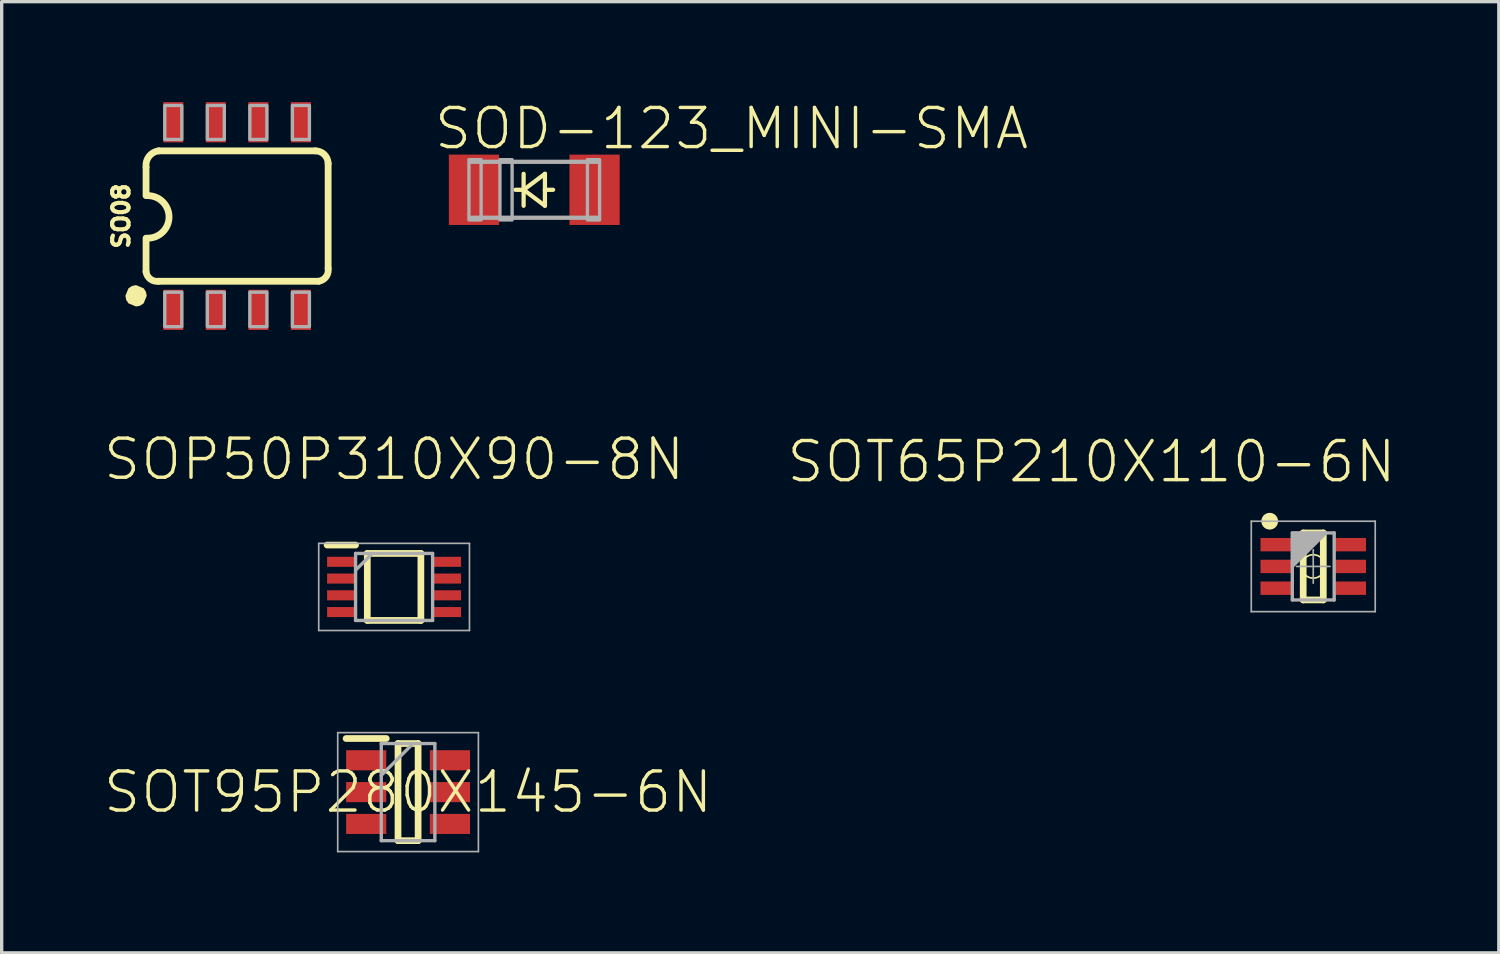
<source format=kicad_pcb>
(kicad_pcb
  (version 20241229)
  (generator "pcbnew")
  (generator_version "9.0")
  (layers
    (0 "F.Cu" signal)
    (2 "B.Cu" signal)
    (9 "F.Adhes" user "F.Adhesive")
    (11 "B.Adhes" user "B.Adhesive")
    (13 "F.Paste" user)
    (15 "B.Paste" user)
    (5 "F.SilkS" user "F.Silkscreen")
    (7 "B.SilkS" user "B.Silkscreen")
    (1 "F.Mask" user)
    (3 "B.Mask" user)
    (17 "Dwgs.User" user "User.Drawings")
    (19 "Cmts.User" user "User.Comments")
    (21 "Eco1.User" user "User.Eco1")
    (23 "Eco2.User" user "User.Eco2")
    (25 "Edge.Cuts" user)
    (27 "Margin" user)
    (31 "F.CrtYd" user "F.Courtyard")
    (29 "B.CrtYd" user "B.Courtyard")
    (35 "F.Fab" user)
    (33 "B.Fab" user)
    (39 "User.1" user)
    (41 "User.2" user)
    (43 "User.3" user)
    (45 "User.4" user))
  (footprint "SOT65P210X110-6N"
    (layer "F.Cu")
    (at 36.155 13.86)
    (property "Reference" "SOT65P210X110-6N" (at 2.54 -3.81 0) (layer "F.SilkS") (effects (font (size 1.168 1.168) (thickness 0.102)) (justify right top)))
    (fp_line (start -0.3 -1) (end -0.3 1) (stroke (width 0.2) (type solid)) (layer "F.SilkS"))
    (fp_line (start -0.3 1) (end 0.3 1) (stroke (width 0.2) (type solid)) (layer "F.SilkS"))
    (fp_line (start 0.3 -1) (end -0.3 -1) (stroke (width 0.2) (type solid)) (layer "F.SilkS"))
    (fp_line (start 0.3 1) (end 0.3 -1) (stroke (width 0.2) (type solid)) (layer "F.SilkS"))
    (fp_circle (center -1.3 -1.35) (end -1.175 -1.35) (stroke (width 0.25) (type solid)) (fill no) (layer "F.SilkS"))
    (fp_circle (center 0 0) (end 0.35 0) (stroke (width 0.05) (type solid)) (fill no) (layer "F.SilkS"))
    (fp_line (start -1.85 -1.35) (end -1.85 1.35) (stroke (width 0.05) (type solid)) (layer "F.Fab"))
    (fp_line (start -1.85 1.35) (end 1.85 1.35) (stroke (width 0.05) (type solid)) (layer "F.Fab"))
    (fp_line (start -0.7 -1.075) (end -0.7 1.075) (stroke (width 0.001) (type solid)) (layer "F.Fab"))
    (fp_line (start -0.7 1.075) (end 0.7 1.075) (stroke (width 0.001) (type solid)) (layer "F.Fab"))
    (fp_line (start -0.625 -1) (end -0.625 1) (stroke (width 0.1) (type solid)) (layer "F.Fab"))
    (fp_line (start -0.625 1) (end 0.625 1) (stroke (width 0.1) (type solid)) (layer "F.Fab"))
    (fp_line (start -0.525 -1) (end -0.625 -0.9) (stroke (width 0.1) (type solid)) (layer "F.Fab"))
    (fp_line (start -0.5 0) (end 0.5 0) (stroke (width 0.05) (type solid)) (layer "F.Fab"))
    (fp_line (start -0.425 -1) (end -0.625 -0.8) (stroke (width 0.1) (type solid)) (layer "F.Fab"))
    (fp_line (start -0.325 -1) (end -0.625 -0.7) (stroke (width 0.1) (type solid)) (layer "F.Fab"))
    (fp_line (start -0.225 -1) (end -0.625 -0.6) (stroke (width 0.1) (type solid)) (layer "F.Fab"))
    (fp_line (start -0.125 -1) (end -0.625 -0.5) (stroke (width 0.1) (type solid)) (layer "F.Fab"))
    (fp_line (start -0.025 -1) (end -0.625 -0.4) (stroke (width 0.1) (type solid)) (layer "F.Fab"))
    (fp_line (start 0 0.5) (end 0 -0.5) (stroke (width 0.05) (type solid)) (layer "F.Fab"))
    (fp_line (start 0.075 -1) (end -0.625 -0.3) (stroke (width 0.1) (type solid)) (layer "F.Fab"))
    (fp_line (start 0.175 -1) (end -0.625 -0.2) (stroke (width 0.1) (type solid)) (layer "F.Fab"))
    (fp_line (start 0.275 -1) (end -0.625 -0.1) (stroke (width 0.1) (type solid)) (layer "F.Fab"))
    (fp_line (start 0.375 -1) (end -0.625 0) (stroke (width 0.1) (type solid)) (layer "F.Fab"))
    (fp_line (start 0.625 -1) (end -0.625 -1) (stroke (width 0.1) (type solid)) (layer "F.Fab"))
    (fp_line (start 0.625 1) (end 0.625 -1) (stroke (width 0.1) (type solid)) (layer "F.Fab"))
    (fp_line (start 0.7 -1.075) (end -0.7 -1.075) (stroke (width 0.001) (type solid)) (layer "F.Fab"))
    (fp_line (start 0.7 1.075) (end 0.7 -1.075) (stroke (width 0.001) (type solid)) (layer "F.Fab"))
    (fp_line (start 1.85 -1.35) (end -1.85 -1.35) (stroke (width 0.05) (type solid)) (layer "F.Fab"))
    (fp_line (start 1.85 1.35) (end 1.85 -1.35) (stroke (width 0.05) (type solid)) (layer "F.Fab"))
    (pad "1" smd rect (at -1.1 -0.65) (size 0.95 0.4) (layers "F.Cu" "F.Mask" "F.Paste"))
    (pad "2" smd rect (at -1.1 0) (size 0.95 0.4) (layers "F.Cu" "F.Mask" "F.Paste"))
    (pad "3" smd rect (at -1.1 0.65) (size 0.95 0.4) (layers "F.Cu" "F.Mask" "F.Paste"))
    (pad "4" smd rect (at 1.1 0.65) (size 0.95 0.4) (layers "F.Cu" "F.Mask" "F.Paste"))
    (pad "5" smd rect (at 1.1 0) (size 0.95 0.4) (layers "F.Cu" "F.Mask" "F.Paste"))
    (pad "6" smd rect (at 1.1 -0.65) (size 0.95 0.4) (layers "F.Cu" "F.Mask" "F.Paste")))
  (footprint "SO08"
    (layer "F.Cu")
    (at 4.028 3.4)
    (property "Reference" "SO08" (at -3.175 0 90) (layer "F.SilkS") (effects (font (size 0.488 0.488) (thickness 0.122)) (justify bottom)))
    (fp_line (start -2.718 -1.453) (end -2.718 -0.61) (stroke (width 0.203) (type solid)) (layer "F.SilkS"))
    (fp_line (start -2.718 1.665) (end -2.718 0.66) (stroke (width 0.203) (type solid)) (layer "F.SilkS"))
    (fp_line (start -2.337 1.946) (end 2.437 1.946) (stroke (width 0.203) (type solid)) (layer "F.SilkS"))
    (fp_line (start 2.337 -1.946) (end -2.337 -1.946) (stroke (width 0.203) (type solid)) (layer "F.SilkS"))
    (fp_line (start 2.718 1.565) (end 2.718 -1.565) (stroke (width 0.203) (type solid)) (layer "F.SilkS"))
    (fp_arc (start -2.7178 -1.4653) (mid -2.626948 -1.784731) (end -2.3368 -1.9463) (stroke (width 0.2032) (type solid)) (layer "F.SilkS"))
    (fp_arc (start -2.667 -0.6096) (mid -2.032 0.0254) (end -2.667 0.6604) (stroke (width 0.2032) (type solid)) (layer "F.SilkS"))
    (fp_arc (start -2.336799 1.946301) (mid -2.58554 1.884767) (end -2.7178 1.6653) (stroke (width 0.2032) (type solid)) (layer "F.SilkS"))
    (fp_arc (start 2.3368 -1.9463) (mid 2.606237 -1.834736) (end 2.7178 -1.565298) (stroke (width 0.2032) (type solid)) (layer "F.SilkS"))
    (fp_arc (start 2.7178 1.5653) (mid 2.656208 1.813997) (end 2.4368 1.9463) (stroke (width 0.2032) (type solid)) (layer "F.SilkS"))
    (fp_poly (pts (xy -2.791 2.156) (xy -2.722 2.259) (xy -2.697 2.381) (xy -2.791 2.607) (xy -2.894 2.676) (xy -3.016 2.7) (xy -3.242 2.607) (xy -3.311 2.503) (xy -3.335 2.381) (xy -3.242 2.156) (xy -3.138 2.087) (xy -3.016 2.062)) (stroke (width 0) (type solid)) (fill yes) (layer "F.SilkS"))
    (fp_poly (pts (xy -2.159 -2.286) (xy -1.651 -2.286) (xy -1.651 -3.302) (xy -2.159 -3.302)) (stroke (width 0.1) (type solid)) (fill no) (layer "F.Fab"))
    (fp_poly (pts (xy -2.159 3.302) (xy -1.651 3.302) (xy -1.651 2.273) (xy -2.159 2.273)) (stroke (width 0.1) (type solid)) (fill no) (layer "F.Fab"))
    (fp_poly (pts (xy -0.889 -2.286) (xy -0.381 -2.286) (xy -0.381 -3.302) (xy -0.889 -3.302)) (stroke (width 0.1) (type solid)) (fill no) (layer "F.Fab"))
    (fp_poly (pts (xy -0.889 3.302) (xy -0.381 3.302) (xy -0.381 2.273) (xy -0.889 2.273)) (stroke (width 0.1) (type solid)) (fill no) (layer "F.Fab"))
    (fp_poly (pts (xy 0.381 -2.286) (xy 0.889 -2.286) (xy 0.889 -3.302) (xy 0.381 -3.302)) (stroke (width 0.1) (type solid)) (fill no) (layer "F.Fab"))
    (fp_poly (pts (xy 0.381 3.302) (xy 0.889 3.302) (xy 0.889 2.273) (xy 0.381 2.273)) (stroke (width 0.1) (type solid)) (fill no) (layer "F.Fab"))
    (fp_poly (pts (xy 1.651 -2.286) (xy 2.159 -2.286) (xy 2.159 -3.302) (xy 1.651 -3.302)) (stroke (width 0.1) (type solid)) (fill no) (layer "F.Fab"))
    (fp_poly (pts (xy 1.651 3.302) (xy 2.159 3.302) (xy 2.159 2.273) (xy 1.651 2.273)) (stroke (width 0.1) (type solid)) (fill no) (layer "F.Fab"))
    (pad "1" smd rect (at -1.905 2.8) (size 0.6 1.2) (layers "F.Cu" "F.Mask" "F.Paste"))
    (pad "2" smd rect (at -0.635 2.8) (size 0.6 1.2) (layers "F.Cu" "F.Mask" "F.Paste"))
    (pad "3" smd rect (at 0.635 2.8) (size 0.6 1.2) (layers "F.Cu" "F.Mask" "F.Paste"))
    (pad "4" smd rect (at 1.905 2.8) (size 0.6 1.2) (layers "F.Cu" "F.Mask" "F.Paste"))
    (pad "5" smd rect (at 1.905 -2.8) (size 0.6 1.2) (layers "F.Cu" "F.Mask" "F.Paste"))
    (pad "6" smd rect (at 0.635 -2.8) (size 0.6 1.2) (layers "F.Cu" "F.Mask" "F.Paste"))
    (pad "7" smd rect (at -0.635 -2.8) (size 0.6 1.2) (layers "F.Cu" "F.Mask" "F.Paste"))
    (pad "8" smd rect (at -1.905 -2.8) (size 0.6 1.2) (layers "F.Cu" "F.Mask" "F.Paste")))
  (footprint "SOP50P310X90-8N"
    (layer "F.Cu")
    (at 8.715 14.472)
    (property "Reference" "SOP50P310X90-8N" (at 0 -3.81 0) (layer "F.SilkS") (effects (font (size 1.168 1.168) (thickness 0.102))))
    (fp_line (start -2 -1.25) (end -1.15 -1.25) (stroke (width 0.2) (type solid)) (layer "F.SilkS"))
    (fp_line (start -0.8 -1) (end 0.8 -1) (stroke (width 0.2) (type solid)) (layer "F.SilkS"))
    (fp_line (start -0.8 1) (end -0.8 -1) (stroke (width 0.2) (type solid)) (layer "F.SilkS"))
    (fp_line (start 0.8 -1) (end 0.8 1) (stroke (width 0.2) (type solid)) (layer "F.SilkS"))
    (fp_line (start 0.8 1) (end -0.8 1) (stroke (width 0.2) (type solid)) (layer "F.SilkS"))
    (fp_line (start -2.25 -1.3) (end 2.25 -1.3) (stroke (width 0.05) (type solid)) (layer "F.Fab"))
    (fp_line (start -2.25 1.3) (end -2.25 -1.3) (stroke (width 0.05) (type solid)) (layer "F.Fab"))
    (fp_line (start -1.15 -1) (end 1.15 -1) (stroke (width 0.1) (type solid)) (layer "F.Fab"))
    (fp_line (start -1.15 -0.5) (end -0.65 -1) (stroke (width 0.1) (type solid)) (layer "F.Fab"))
    (fp_line (start -1.15 1) (end -1.15 -1) (stroke (width 0.1) (type solid)) (layer "F.Fab"))
    (fp_line (start 1.15 -1) (end 1.15 1) (stroke (width 0.1) (type solid)) (layer "F.Fab"))
    (fp_line (start 1.15 1) (end -1.15 1) (stroke (width 0.1) (type solid)) (layer "F.Fab"))
    (fp_line (start 2.25 -1.3) (end 2.25 1.3) (stroke (width 0.05) (type solid)) (layer "F.Fab"))
    (fp_line (start 2.25 1.3) (end -2.25 1.3) (stroke (width 0.05) (type solid)) (layer "F.Fab"))
    (pad "1" smd rect (at -1.575 -0.75) (size 0.85 0.3) (layers "F.Cu" "F.Mask" "F.Paste"))
    (pad "2" smd rect (at -1.575 -0.25) (size 0.85 0.3) (layers "F.Cu" "F.Mask" "F.Paste"))
    (pad "3" smd rect (at -1.575 0.25) (size 0.85 0.3) (layers "F.Cu" "F.Mask" "F.Paste"))
    (pad "4" smd rect (at -1.575 0.75) (size 0.85 0.3) (layers "F.Cu" "F.Mask" "F.Paste"))
    (pad "5" smd rect (at 1.575 0.75) (size 0.85 0.3) (layers "F.Cu" "F.Mask" "F.Paste"))
    (pad "6" smd rect (at 1.575 0.25) (size 0.85 0.3) (layers "F.Cu" "F.Mask" "F.Paste"))
    (pad "7" smd rect (at 1.575 -0.25) (size 0.85 0.3) (layers "F.Cu" "F.Mask" "F.Paste"))
    (pad "8" smd rect (at 1.575 -0.75) (size 0.85 0.3) (layers "F.Cu" "F.Mask" "F.Paste")))
  (footprint "SOD-123_MINI-SMA"
    (layer "F.Cu")
    (at 12.9 2.616)
    (property "Reference" "SOD-123_MINI-SMA" (at -3.048 -1.143 0) (layer "F.SilkS") (effects (font (size 1.168 1.168) (thickness 0.102)) (justify left bottom)))
    (fp_line (start -0.318 0) (end -0.561 0) (stroke (width 0.127) (type solid)) (layer "F.SilkS"))
    (fp_line (start -0.318 0) (end -0.318 -0.476) (stroke (width 0.127) (type solid)) (layer "F.SilkS"))
    (fp_line (start -0.318 0) (end -0.318 0.476) (stroke (width 0.127) (type solid)) (layer "F.SilkS"))
    (fp_line (start -0.318 0) (end 0.318 0.476) (stroke (width 0.127) (type solid)) (layer "F.SilkS"))
    (fp_line (start 0.318 -0.476) (end -0.318 0) (stroke (width 0.127) (type solid)) (layer "F.SilkS"))
    (fp_line (start 0.318 0) (end 0.318 -0.476) (stroke (width 0.127) (type solid)) (layer "F.SilkS"))
    (fp_line (start 0.318 0) (end 0.561 0) (stroke (width 0.127) (type solid)) (layer "F.SilkS"))
    (fp_line (start 0.318 0.476) (end 0.318 0) (stroke (width 0.127) (type solid)) (layer "F.SilkS"))
    (fp_line (start -1.873 -0.835) (end 1.873 -0.835) (stroke (width 0.127) (type solid)) (layer "F.Fab"))
    (fp_line (start -1.873 0.835) (end 1.873 0.835) (stroke (width 0.127) (type solid)) (layer "F.Fab"))
    (fp_poly (pts (xy -1.95 0.9) (xy -1.587 0.9) (xy -1.587 -0.9) (xy -1.95 -0.9)) (stroke (width 0.1) (type solid)) (fill no) (layer "F.Fab"))
    (fp_poly (pts (xy -1.025 0.9) (xy -0.662 0.9) (xy -0.662 -0.9) (xy -1.025 -0.9)) (stroke (width 0.1) (type solid)) (fill no) (layer "F.Fab"))
    (fp_poly (pts (xy 1.587 0.9) (xy 1.95 0.9) (xy 1.95 -0.9) (xy 1.587 -0.9)) (stroke (width 0.1) (type solid)) (fill no) (layer "F.Fab"))
    (pad "A" smd rect (at 1.8 0 180) (size 1.5 2.1) (layers "F.Cu" "F.Mask" "F.Paste"))
    (pad "C" smd rect (at -1.8 0 180) (size 1.5 2.1) (layers "F.Cu" "F.Mask" "F.Paste")))
  (footprint "SOT95P280X145-6N"
    (layer "F.Cu")
    (at 9.132 20.597)
    (property "Reference" "SOT95P280X145-6N" (at 0 0 0) (layer "F.SilkS") (effects (font (size 1.168 1.168) (thickness 0.102))))
    (fp_line (start -1.85 -1.6) (end -0.65 -1.6) (stroke (width 0.2) (type solid)) (layer "F.SilkS"))
    (fp_line (start -0.3 -1.45) (end 0.3 -1.45) (stroke (width 0.2) (type solid)) (layer "F.SilkS"))
    (fp_line (start -0.3 1.45) (end -0.3 -1.45) (stroke (width 0.2) (type solid)) (layer "F.SilkS"))
    (fp_line (start 0.3 -1.45) (end 0.3 1.45) (stroke (width 0.2) (type solid)) (layer "F.SilkS"))
    (fp_line (start 0.3 1.45) (end -0.3 1.45) (stroke (width 0.2) (type solid)) (layer "F.SilkS"))
    (fp_line (start -2.1 -1.775) (end 2.1 -1.775) (stroke (width 0.05) (type solid)) (layer "F.Fab"))
    (fp_line (start -2.1 1.775) (end -2.1 -1.775) (stroke (width 0.05) (type solid)) (layer "F.Fab"))
    (fp_line (start -0.8 -1.45) (end 0.8 -1.45) (stroke (width 0.1) (type solid)) (layer "F.Fab"))
    (fp_line (start -0.8 -0.5) (end 0.15 -1.45) (stroke (width 0.1) (type solid)) (layer "F.Fab"))
    (fp_line (start -0.8 1.45) (end -0.8 -1.45) (stroke (width 0.1) (type solid)) (layer "F.Fab"))
    (fp_line (start 0.8 -1.45) (end 0.8 1.45) (stroke (width 0.1) (type solid)) (layer "F.Fab"))
    (fp_line (start 0.8 1.45) (end -0.8 1.45) (stroke (width 0.1) (type solid)) (layer "F.Fab"))
    (fp_line (start 2.1 -1.775) (end 2.1 1.775) (stroke (width 0.05) (type solid)) (layer "F.Fab"))
    (fp_line (start 2.1 1.775) (end -2.1 1.775) (stroke (width 0.05) (type solid)) (layer "F.Fab"))
    (pad "1" smd rect (at -1.25 -0.95) (size 1.2 0.6) (layers "F.Cu" "F.Mask" "F.Paste"))
    (pad "2" smd rect (at -1.25 0) (size 1.2 0.6) (layers "F.Cu" "F.Mask" "F.Paste"))
    (pad "3" smd rect (at -1.25 0.95) (size 1.2 0.6) (layers "F.Cu" "F.Mask" "F.Paste"))
    (pad "4" smd rect (at 1.25 0.95) (size 1.2 0.6) (layers "F.Cu" "F.Mask" "F.Paste"))
    (pad "5" smd rect (at 1.25 0) (size 1.2 0.6) (layers "F.Cu" "F.Mask" "F.Paste"))
    (pad "6" smd rect (at 1.25 -0.95) (size 1.2 0.6) (layers "F.Cu" "F.Mask" "F.Paste")))
  (gr_rect
    (start -3 -3)
    (end 41.695 25.397)
    (stroke (width 0.1) (type default))
    (fill no)
    (layer "Edge.Cuts")))
</source>
